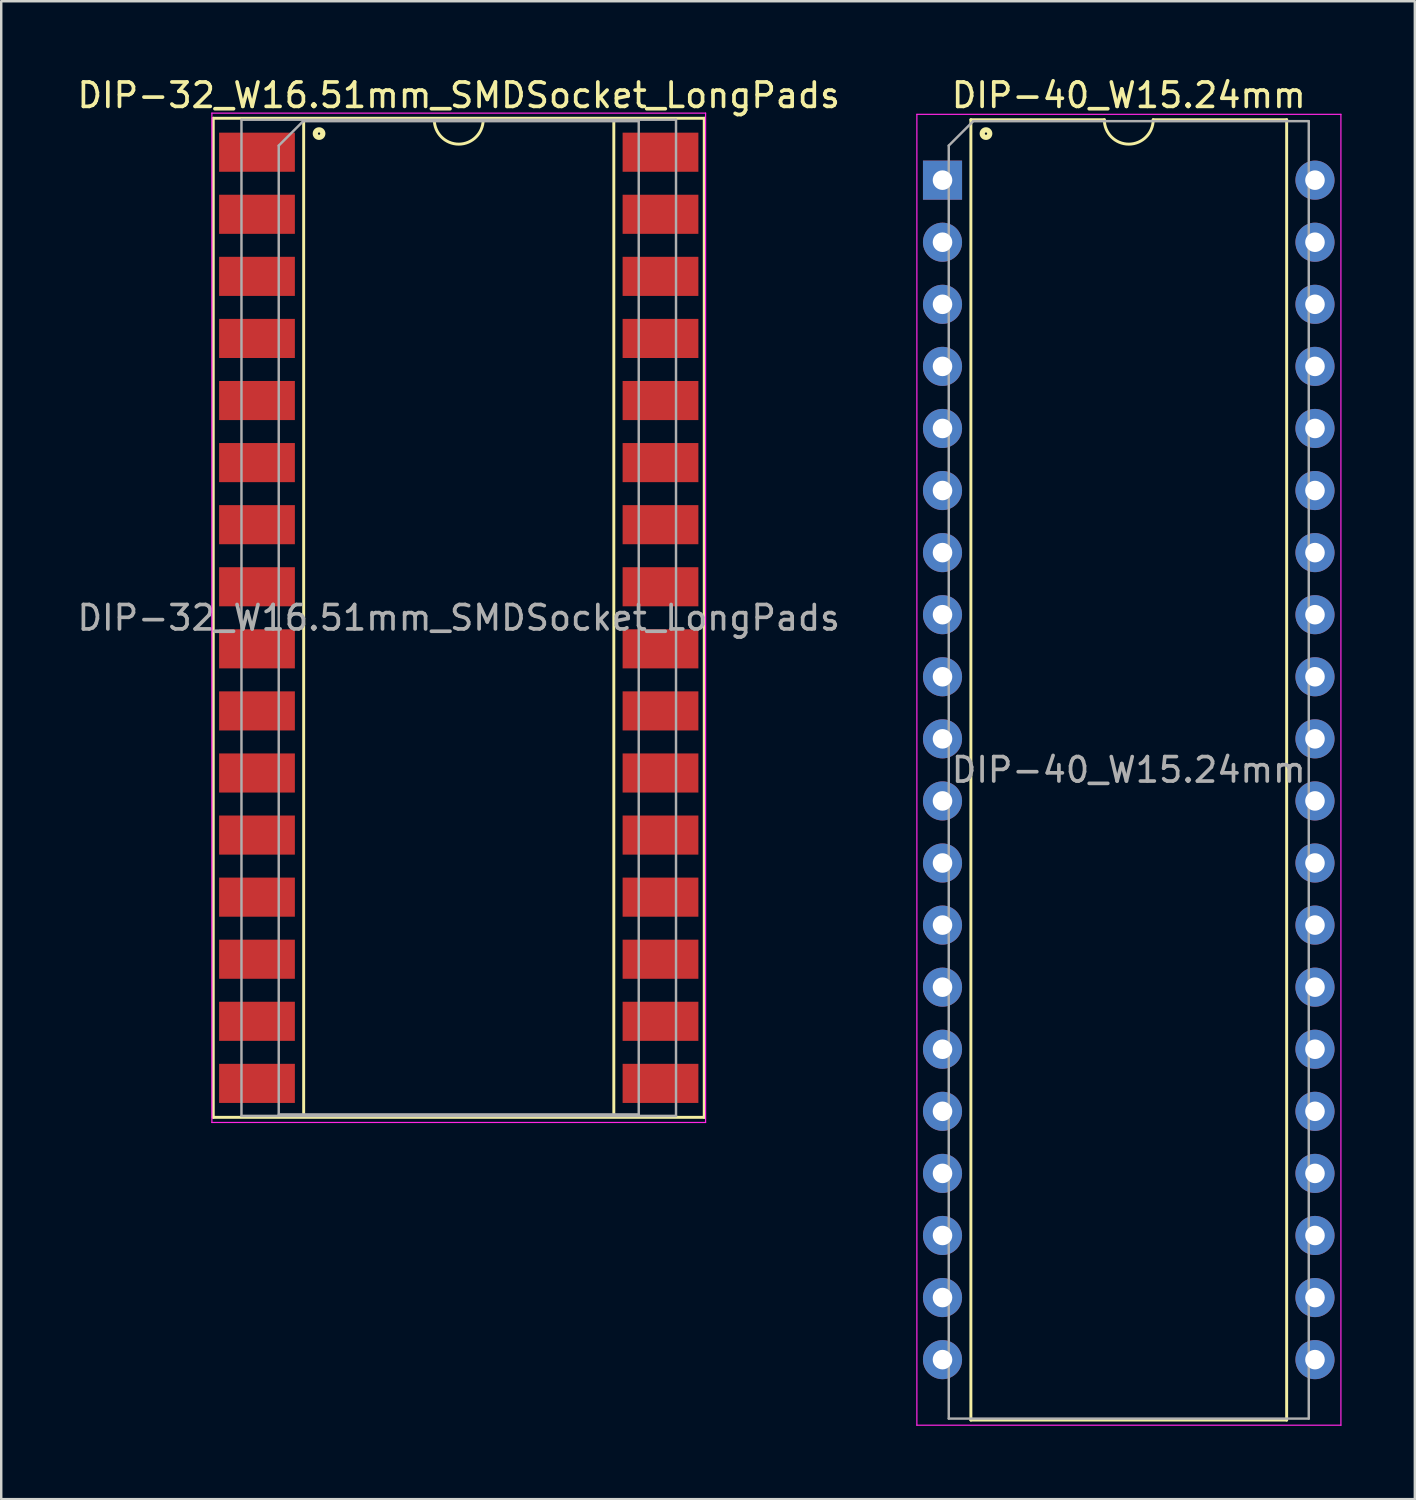
<source format=kicad_pcb>
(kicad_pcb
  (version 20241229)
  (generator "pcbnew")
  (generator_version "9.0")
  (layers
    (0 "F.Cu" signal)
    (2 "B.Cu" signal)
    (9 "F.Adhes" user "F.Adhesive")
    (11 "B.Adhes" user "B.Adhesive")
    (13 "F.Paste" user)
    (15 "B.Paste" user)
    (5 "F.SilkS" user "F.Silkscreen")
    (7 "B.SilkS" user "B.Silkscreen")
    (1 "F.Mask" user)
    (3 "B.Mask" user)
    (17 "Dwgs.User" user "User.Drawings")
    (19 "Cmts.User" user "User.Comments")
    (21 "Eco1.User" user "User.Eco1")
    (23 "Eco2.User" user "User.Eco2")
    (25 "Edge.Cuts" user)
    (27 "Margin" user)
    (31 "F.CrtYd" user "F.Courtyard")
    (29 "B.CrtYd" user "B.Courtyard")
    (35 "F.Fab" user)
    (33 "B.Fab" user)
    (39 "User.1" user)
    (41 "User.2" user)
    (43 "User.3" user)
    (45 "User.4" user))
  (footprint "DIP-32_W16.51mm_SMDSocket_LongPads"
    (layer "F.Cu")
    (at 15.72 22.228)
    (property "Reference" "DIP-32_W16.51mm_SMDSocket_LongPads" (at 0 -21.38 0) (layer "F.SilkS") (effects (font (size 1 1) (thickness 0.15))))
    (attr smd)
    (fp_line (start -10.045 -20.44) (end -10.045 20.44) (stroke (width 0.12) (type solid)) (layer "F.SilkS"))
    (fp_line (start -10.045 20.44) (end 10.045 20.44) (stroke (width 0.12) (type solid)) (layer "F.SilkS"))
    (fp_line (start -6.345 -20.38) (end -6.345 20.38) (stroke (width 0.12) (type solid)) (layer "F.SilkS"))
    (fp_line (start -6.345 20.38) (end 6.345 20.38) (stroke (width 0.12) (type solid)) (layer "F.SilkS"))
    (fp_line (start -1 -20.38) (end -6.345 -20.38) (stroke (width 0.12) (type solid)) (layer "F.SilkS"))
    (fp_line (start 6.345 -20.38) (end 1 -20.38) (stroke (width 0.12) (type solid)) (layer "F.SilkS"))
    (fp_line (start 6.345 20.38) (end 6.345 -20.38) (stroke (width 0.12) (type solid)) (layer "F.SilkS"))
    (fp_line (start 10.045 -20.44) (end -10.045 -20.44) (stroke (width 0.12) (type solid)) (layer "F.SilkS"))
    (fp_line (start 10.045 20.44) (end 10.045 -20.44) (stroke (width 0.12) (type solid)) (layer "F.SilkS"))
    (fp_arc (start 1 -20.38) (mid 0 -19.38) (end -1 -20.38) (stroke (width 0.12) (type solid)) (layer "F.SilkS"))
    (fp_circle (center -5.715 -19.812) (end -5.665 -19.812) (stroke (width 0.12) (type solid)) (fill no) (layer "F.SilkS"))
    (fp_circle (center -5.715 -19.812) (end -5.59 -19.812) (stroke (width 0.12) (type solid)) (fill no) (layer "F.SilkS"))
    (fp_circle (center -5.715 -19.812) (end -5.515 -19.812) (stroke (width 0.12) (type solid)) (fill no) (layer "F.SilkS"))
    (fp_line (start -10.1 -20.65) (end -10.1 20.65) (stroke (width 0.05) (type solid)) (layer "F.CrtYd"))
    (fp_line (start -10.1 20.65) (end 10.1 20.65) (stroke (width 0.05) (type solid)) (layer "F.CrtYd"))
    (fp_line (start 10.1 -20.65) (end -10.1 -20.65) (stroke (width 0.05) (type solid)) (layer "F.CrtYd"))
    (fp_line (start 10.1 20.65) (end 10.1 -20.65) (stroke (width 0.05) (type solid)) (layer "F.CrtYd"))
    (fp_line (start -8.89 -20.38) (end -8.89 20.38) (stroke (width 0.1) (type solid)) (layer "F.Fab"))
    (fp_line (start -8.89 20.38) (end 8.89 20.38) (stroke (width 0.1) (type solid)) (layer "F.Fab"))
    (fp_line (start -7.365 -19.32) (end -6.365 -20.32) (stroke (width 0.1) (type solid)) (layer "F.Fab"))
    (fp_line (start -7.365 20.32) (end -7.365 -19.32) (stroke (width 0.1) (type solid)) (layer "F.Fab"))
    (fp_line (start -6.365 -20.32) (end 7.365 -20.32) (stroke (width 0.1) (type solid)) (layer "F.Fab"))
    (fp_line (start 7.365 -20.32) (end 7.365 20.32) (stroke (width 0.1) (type solid)) (layer "F.Fab"))
    (fp_line (start 7.365 20.32) (end -7.365 20.32) (stroke (width 0.1) (type solid)) (layer "F.Fab"))
    (fp_line (start 8.89 -20.38) (end -8.89 -20.38) (stroke (width 0.1) (type solid)) (layer "F.Fab"))
    (fp_line (start 8.89 20.38) (end 8.89 -20.38) (stroke (width 0.1) (type solid)) (layer "F.Fab"))
    (fp_text user "${REFERENCE}" (at 0 0 0) (layer "F.Fab") (effects (font (size 1 1) (thickness 0.15))))
    (pad "1" smd rect (at -8.255 -19.05) (size 3.1 1.6) (layers "F.Cu" "F.Mask" "F.Paste"))
    (pad "2" smd rect (at -8.255 -16.51) (size 3.1 1.6) (layers "F.Cu" "F.Mask" "F.Paste"))
    (pad "3" smd rect (at -8.255 -13.97) (size 3.1 1.6) (layers "F.Cu" "F.Mask" "F.Paste"))
    (pad "4" smd rect (at -8.255 -11.43) (size 3.1 1.6) (layers "F.Cu" "F.Mask" "F.Paste"))
    (pad "5" smd rect (at -8.255 -8.89) (size 3.1 1.6) (layers "F.Cu" "F.Mask" "F.Paste"))
    (pad "6" smd rect (at -8.255 -6.35) (size 3.1 1.6) (layers "F.Cu" "F.Mask" "F.Paste"))
    (pad "7" smd rect (at -8.255 -3.81) (size 3.1 1.6) (layers "F.Cu" "F.Mask" "F.Paste"))
    (pad "8" smd rect (at -8.255 -1.27) (size 3.1 1.6) (layers "F.Cu" "F.Mask" "F.Paste"))
    (pad "9" smd rect (at -8.255 1.27) (size 3.1 1.6) (layers "F.Cu" "F.Mask" "F.Paste"))
    (pad "10" smd rect (at -8.255 3.81) (size 3.1 1.6) (layers "F.Cu" "F.Mask" "F.Paste"))
    (pad "11" smd rect (at -8.255 6.35) (size 3.1 1.6) (layers "F.Cu" "F.Mask" "F.Paste"))
    (pad "12" smd rect (at -8.255 8.89) (size 3.1 1.6) (layers "F.Cu" "F.Mask" "F.Paste"))
    (pad "13" smd rect (at -8.255 11.43) (size 3.1 1.6) (layers "F.Cu" "F.Mask" "F.Paste"))
    (pad "14" smd rect (at -8.255 13.97) (size 3.1 1.6) (layers "F.Cu" "F.Mask" "F.Paste"))
    (pad "15" smd rect (at -8.255 16.51) (size 3.1 1.6) (layers "F.Cu" "F.Mask" "F.Paste"))
    (pad "16" smd rect (at -8.255 19.05) (size 3.1 1.6) (layers "F.Cu" "F.Mask" "F.Paste"))
    (pad "17" smd rect (at 8.255 19.05) (size 3.1 1.6) (layers "F.Cu" "F.Mask" "F.Paste"))
    (pad "18" smd rect (at 8.255 16.51) (size 3.1 1.6) (layers "F.Cu" "F.Mask" "F.Paste"))
    (pad "19" smd rect (at 8.255 13.97) (size 3.1 1.6) (layers "F.Cu" "F.Mask" "F.Paste"))
    (pad "20" smd rect (at 8.255 11.43) (size 3.1 1.6) (layers "F.Cu" "F.Mask" "F.Paste"))
    (pad "21" smd rect (at 8.255 8.89) (size 3.1 1.6) (layers "F.Cu" "F.Mask" "F.Paste"))
    (pad "22" smd rect (at 8.255 6.35) (size 3.1 1.6) (layers "F.Cu" "F.Mask" "F.Paste"))
    (pad "23" smd rect (at 8.255 3.81) (size 3.1 1.6) (layers "F.Cu" "F.Mask" "F.Paste"))
    (pad "24" smd rect (at 8.255 1.27) (size 3.1 1.6) (layers "F.Cu" "F.Mask" "F.Paste"))
    (pad "25" smd rect (at 8.255 -1.27) (size 3.1 1.6) (layers "F.Cu" "F.Mask" "F.Paste"))
    (pad "26" smd rect (at 8.255 -3.81) (size 3.1 1.6) (layers "F.Cu" "F.Mask" "F.Paste"))
    (pad "27" smd rect (at 8.255 -6.35) (size 3.1 1.6) (layers "F.Cu" "F.Mask" "F.Paste"))
    (pad "28" smd rect (at 8.255 -8.89) (size 3.1 1.6) (layers "F.Cu" "F.Mask" "F.Paste"))
    (pad "29" smd rect (at 8.255 -11.43) (size 3.1 1.6) (layers "F.Cu" "F.Mask" "F.Paste"))
    (pad "30" smd rect (at 8.255 -13.97) (size 3.1 1.6) (layers "F.Cu" "F.Mask" "F.Paste"))
    (pad "31" smd rect (at 8.255 -16.51) (size 3.1 1.6) (layers "F.Cu" "F.Mask" "F.Paste"))
    (pad "32" smd rect (at 8.255 -19.05) (size 3.1 1.6) (layers "F.Cu" "F.Mask" "F.Paste")))
  (footprint "DIP-40_W15.24mm"
    (layer "F.Cu")
    (at 35.514 4.321)
    (property "Reference" "DIP-40_W15.24mm" (at 7.621 -3.473 0) (layer "F.SilkS") (effects (font (size 1 1) (thickness 0.15))))
    (attr through_hole)
    (fp_line (start 1.161 -2.473) (end 1.161 50.733) (stroke (width 0.12) (type solid)) (layer "F.SilkS"))
    (fp_line (start 1.161 50.733) (end 14.081 50.733) (stroke (width 0.12) (type solid)) (layer "F.SilkS"))
    (fp_line (start 6.621 -2.473) (end 1.161 -2.473) (stroke (width 0.12) (type solid)) (layer "F.SilkS"))
    (fp_line (start 14.081 -2.473) (end 8.621 -2.473) (stroke (width 0.12) (type solid)) (layer "F.SilkS"))
    (fp_line (start 14.081 50.733) (end 14.081 -2.473) (stroke (width 0.12) (type solid)) (layer "F.SilkS"))
    (fp_arc (start 8.621 -2.473) (mid 7.621 -1.473) (end 6.621 -2.473) (stroke (width 0.12) (type solid)) (layer "F.SilkS"))
    (fp_circle (center 1.779 -1.905) (end 1.829 -1.905) (stroke (width 0.12) (type solid)) (fill no) (layer "F.SilkS"))
    (fp_circle (center 1.779 -1.905) (end 1.904 -1.905) (stroke (width 0.12) (type solid)) (fill no) (layer "F.SilkS"))
    (fp_circle (center 1.779 -1.905) (end 1.979 -1.905) (stroke (width 0.12) (type solid)) (fill no) (layer "F.SilkS"))
    (fp_line (start -1.049 -2.693) (end -1.049 50.943) (stroke (width 0.05) (type solid)) (layer "F.CrtYd"))
    (fp_line (start -1.049 50.943) (end 16.301 50.943) (stroke (width 0.05) (type solid)) (layer "F.CrtYd"))
    (fp_line (start 16.301 -2.693) (end -1.049 -2.693) (stroke (width 0.05) (type solid)) (layer "F.CrtYd"))
    (fp_line (start 16.301 50.943) (end 16.301 -2.693) (stroke (width 0.05) (type solid)) (layer "F.CrtYd"))
    (fp_line (start 0.256 -1.413) (end 1.256 -2.413) (stroke (width 0.1) (type solid)) (layer "F.Fab"))
    (fp_line (start 0.256 50.673) (end 0.256 -1.413) (stroke (width 0.1) (type solid)) (layer "F.Fab"))
    (fp_line (start 1.256 -2.413) (end 14.986 -2.413) (stroke (width 0.1) (type solid)) (layer "F.Fab"))
    (fp_line (start 14.986 -2.413) (end 14.986 50.673) (stroke (width 0.1) (type solid)) (layer "F.Fab"))
    (fp_line (start 14.986 50.673) (end 0.256 50.673) (stroke (width 0.1) (type solid)) (layer "F.Fab"))
    (fp_text user "${REFERENCE}" (at 7.62 24.13 0) (layer "F.Fab") (effects (font (size 1 1) (thickness 0.15))))
    (pad "1" thru_hole rect (at 0 0) (size 1.6 1.6) (drill 0.8) (layers "*.Cu" "*.Mask"))
    (pad "2" thru_hole oval (at 0 2.54) (size 1.6 1.6) (drill 0.8) (layers "*.Cu" "*.Mask"))
    (pad "3" thru_hole oval (at 0 5.08) (size 1.6 1.6) (drill 0.8) (layers "*.Cu" "*.Mask"))
    (pad "4" thru_hole oval (at 0 7.62) (size 1.6 1.6) (drill 0.8) (layers "*.Cu" "*.Mask"))
    (pad "5" thru_hole oval (at 0 10.16) (size 1.6 1.6) (drill 0.8) (layers "*.Cu" "*.Mask"))
    (pad "6" thru_hole oval (at 0 12.7) (size 1.6 1.6) (drill 0.8) (layers "*.Cu" "*.Mask"))
    (pad "7" thru_hole oval (at 0 15.24) (size 1.6 1.6) (drill 0.8) (layers "*.Cu" "*.Mask"))
    (pad "8" thru_hole oval (at 0 17.78) (size 1.6 1.6) (drill 0.8) (layers "*.Cu" "*.Mask"))
    (pad "9" thru_hole oval (at 0 20.32) (size 1.6 1.6) (drill 0.8) (layers "*.Cu" "*.Mask"))
    (pad "10" thru_hole oval (at 0 22.86) (size 1.6 1.6) (drill 0.8) (layers "*.Cu" "*.Mask"))
    (pad "11" thru_hole oval (at 0 25.4) (size 1.6 1.6) (drill 0.8) (layers "*.Cu" "*.Mask"))
    (pad "12" thru_hole oval (at 0 27.94) (size 1.6 1.6) (drill 0.8) (layers "*.Cu" "*.Mask"))
    (pad "13" thru_hole oval (at 0 30.48) (size 1.6 1.6) (drill 0.8) (layers "*.Cu" "*.Mask"))
    (pad "14" thru_hole oval (at 0 33.02) (size 1.6 1.6) (drill 0.8) (layers "*.Cu" "*.Mask"))
    (pad "15" thru_hole oval (at 0 35.56) (size 1.6 1.6) (drill 0.8) (layers "*.Cu" "*.Mask"))
    (pad "16" thru_hole oval (at 0 38.1) (size 1.6 1.6) (drill 0.8) (layers "*.Cu" "*.Mask"))
    (pad "17" thru_hole oval (at 0 40.64) (size 1.6 1.6) (drill 0.8) (layers "*.Cu" "*.Mask"))
    (pad "18" thru_hole oval (at 0 43.18) (size 1.6 1.6) (drill 0.8) (layers "*.Cu" "*.Mask"))
    (pad "19" thru_hole oval (at 0 45.72) (size 1.6 1.6) (drill 0.8) (layers "*.Cu" "*.Mask"))
    (pad "20" thru_hole oval (at 0 48.26) (size 1.6 1.6) (drill 0.8) (layers "*.Cu" "*.Mask"))
    (pad "21" thru_hole oval (at 15.24 48.26) (size 1.6 1.6) (drill 0.8) (layers "*.Cu" "*.Mask"))
    (pad "22" thru_hole oval (at 15.24 45.72) (size 1.6 1.6) (drill 0.8) (layers "*.Cu" "*.Mask"))
    (pad "23" thru_hole oval (at 15.24 43.18) (size 1.6 1.6) (drill 0.8) (layers "*.Cu" "*.Mask"))
    (pad "24" thru_hole oval (at 15.24 40.64) (size 1.6 1.6) (drill 0.8) (layers "*.Cu" "*.Mask"))
    (pad "25" thru_hole oval (at 15.24 38.1) (size 1.6 1.6) (drill 0.8) (layers "*.Cu" "*.Mask"))
    (pad "26" thru_hole oval (at 15.24 35.56) (size 1.6 1.6) (drill 0.8) (layers "*.Cu" "*.Mask"))
    (pad "27" thru_hole oval (at 15.24 33.02) (size 1.6 1.6) (drill 0.8) (layers "*.Cu" "*.Mask"))
    (pad "28" thru_hole oval (at 15.24 30.48) (size 1.6 1.6) (drill 0.8) (layers "*.Cu" "*.Mask"))
    (pad "29" thru_hole oval (at 15.24 27.94) (size 1.6 1.6) (drill 0.8) (layers "*.Cu" "*.Mask"))
    (pad "30" thru_hole oval (at 15.24 25.4) (size 1.6 1.6) (drill 0.8) (layers "*.Cu" "*.Mask"))
    (pad "31" thru_hole oval (at 15.24 22.86) (size 1.6 1.6) (drill 0.8) (layers "*.Cu" "*.Mask"))
    (pad "32" thru_hole oval (at 15.24 20.32) (size 1.6 1.6) (drill 0.8) (layers "*.Cu" "*.Mask"))
    (pad "33" thru_hole oval (at 15.24 17.78) (size 1.6 1.6) (drill 0.8) (layers "*.Cu" "*.Mask"))
    (pad "34" thru_hole oval (at 15.24 15.24) (size 1.6 1.6) (drill 0.8) (layers "*.Cu" "*.Mask"))
    (pad "35" thru_hole oval (at 15.24 12.7) (size 1.6 1.6) (drill 0.8) (layers "*.Cu" "*.Mask"))
    (pad "36" thru_hole oval (at 15.24 10.16) (size 1.6 1.6) (drill 0.8) (layers "*.Cu" "*.Mask"))
    (pad "37" thru_hole oval (at 15.24 7.62) (size 1.6 1.6) (drill 0.8) (layers "*.Cu" "*.Mask"))
    (pad "38" thru_hole oval (at 15.24 5.08) (size 1.6 1.6) (drill 0.8) (layers "*.Cu" "*.Mask"))
    (pad "39" thru_hole oval (at 15.24 2.54) (size 1.6 1.6) (drill 0.8) (layers "*.Cu" "*.Mask"))
    (pad "40" thru_hole oval (at 15.24 0) (size 1.6 1.6) (drill 0.8) (layers "*.Cu" "*.Mask")))
  (gr_rect
    (start -3 -3)
    (end 54.84 58.289)
    (stroke (width 0.1) (type default))
    (fill no)
    (layer "Edge.Cuts")))
</source>
